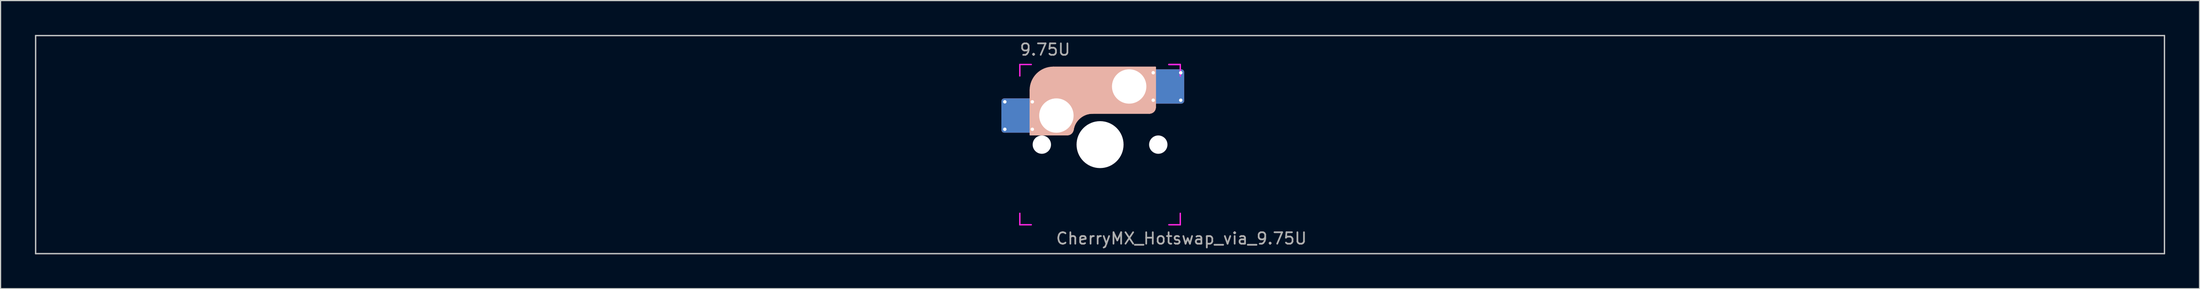
<source format=kicad_pcb>
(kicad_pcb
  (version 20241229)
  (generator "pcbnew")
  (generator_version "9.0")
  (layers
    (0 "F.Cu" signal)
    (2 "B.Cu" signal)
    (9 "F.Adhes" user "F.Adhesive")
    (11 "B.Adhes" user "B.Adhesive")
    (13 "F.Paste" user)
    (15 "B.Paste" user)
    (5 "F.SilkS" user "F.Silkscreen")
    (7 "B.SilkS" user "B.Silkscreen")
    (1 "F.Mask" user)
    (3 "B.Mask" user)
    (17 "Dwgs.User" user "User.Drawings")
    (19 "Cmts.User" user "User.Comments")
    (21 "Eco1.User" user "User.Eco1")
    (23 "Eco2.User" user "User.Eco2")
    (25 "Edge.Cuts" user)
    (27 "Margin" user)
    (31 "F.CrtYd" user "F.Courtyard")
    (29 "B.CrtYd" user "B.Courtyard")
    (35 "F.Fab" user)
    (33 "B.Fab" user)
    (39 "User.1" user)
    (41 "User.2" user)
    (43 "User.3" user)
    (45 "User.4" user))
  (footprint "CherryMX_Hotswap_via_9.75U"
    (layer "F.Cu")
    (at 92.929 9.585)
    (property "Reference" "CherryMX_Hotswap_via_9.75U" (at 7.1 8.2 0) (layer "F.Fab") (effects (font (size 1 1) (thickness 0.15))))
    (attr through_hole)
    (fp_line (start -8.11 -1.74) (end -8.11 -3.34) (stroke (width 0.12) (type solid)) (layer "B.Mask"))
    (fp_line (start -7.91 -3.54) (end -6.31 -3.54) (stroke (width 0.12) (type solid)) (layer "B.Mask"))
    (fp_line (start -6.31 -1.54) (end -7.91 -1.54) (stroke (width 0.12) (type solid)) (layer "B.Mask"))
    (fp_line (start -6.11 -3.34) (end -6.11 -1.74) (stroke (width 0.12) (type solid)) (layer "B.Mask"))
    (fp_line (start 4.84 -5.88) (end 4.84 -4.28) (stroke (width 0.12) (type solid)) (layer "B.Mask"))
    (fp_line (start 5.04 -6.08) (end 6.64 -6.08) (stroke (width 0.12) (type solid)) (layer "B.Mask"))
    (fp_line (start 5.04 -4.08) (end 6.64 -4.08) (stroke (width 0.12) (type solid)) (layer "B.Mask"))
    (fp_line (start 6.84 -4.28) (end 6.84 -5.88) (stroke (width 0.12) (type solid)) (layer "B.Mask"))
    (fp_arc (start -8.11 -3.34) (mid -8.051421 -3.481421) (end -7.91 -3.54) (stroke (width 0.12) (type solid)) (layer "B.Mask"))
    (fp_arc (start -7.91 -1.54) (mid -8.051421 -1.598579) (end -8.11 -1.74) (stroke (width 0.12) (type solid)) (layer "B.Mask"))
    (fp_arc (start -6.31 -3.54) (mid -6.168579 -3.481421) (end -6.11 -3.34) (stroke (width 0.12) (type solid)) (layer "B.Mask"))
    (fp_arc (start -6.11 -1.74) (mid -6.168579 -1.598579) (end -6.31 -1.54) (stroke (width 0.12) (type solid)) (layer "B.Mask"))
    (fp_arc (start 4.84 -5.88) (mid 4.898579 -6.021421) (end 5.04 -6.08) (stroke (width 0.12) (type solid)) (layer "B.Mask"))
    (fp_arc (start 5.04 -4.08) (mid 4.898579 -4.138579) (end 4.84 -4.28) (stroke (width 0.12) (type solid)) (layer "B.Mask"))
    (fp_arc (start 6.64 -6.08) (mid 6.781421 -6.021421) (end 6.84 -5.88) (stroke (width 0.12) (type solid)) (layer "B.Mask"))
    (fp_arc (start 6.84 -4.28) (mid 6.781421 -4.138579) (end 6.64 -4.08) (stroke (width 0.12) (type solid)) (layer "B.Mask"))
    (fp_poly (pts (xy -6.11 -3.34) (xy -6.11 -1.74) (xy -6.31 -1.54) (xy -7.91 -1.54) (xy -8.11 -1.74) (xy -8.11 -3.34) (xy -7.91 -3.54) (xy -6.31 -3.54)) (stroke (width 0.1) (type solid)) (fill yes) (layer "B.Mask"))
    (fp_poly (pts (xy 6.84 -5.88) (xy 6.84 -4.28) (xy 6.64 -4.08) (xy 5.04 -4.08) (xy 4.84 -4.28) (xy 4.84 -5.88) (xy 5.04 -6.08) (xy 6.64 -6.08)) (stroke (width 0.1) (type solid)) (fill yes) (layer "B.Mask"))
    (fp_line (start -6.085 -0.865) (end -6.085 -4.755) (stroke (width 0.12) (type solid)) (layer "B.SilkS"))
    (fp_line (start -4.085 -6.755) (end 4.815 -6.755) (stroke (width 0.12) (type solid)) (layer "B.SilkS"))
    (fp_line (start -2.852 -0.865) (end -6.085 -0.865) (stroke (width 0.12) (type solid)) (layer "B.SilkS"))
    (fp_line (start -0.635 -2.755) (end 4.315 -2.755) (stroke (width 0.12) (type solid)) (layer "B.SilkS"))
    (fp_line (start 4.815 -6.755) (end 4.815 -3.255) (stroke (width 0.12) (type solid)) (layer "B.SilkS"))
    (fp_arc (start -6.085 -4.755) (mid -5.499214 -6.169214) (end -4.085 -6.755) (stroke (width 0.12) (type solid)) (layer "B.SilkS"))
    (fp_arc (start -2.360959 -1.278326) (mid -1.770727 -2.335454) (end -0.635 -2.755) (stroke (width 0.12) (type solid)) (layer "B.SilkS"))
    (fp_arc (start -2.36 -1.278176) (mid -2.53101 -0.981978) (end -2.852404 -0.865) (stroke (width 0.12) (type solid)) (layer "B.SilkS"))
    (fp_arc (start 4.815 -3.255) (mid 4.668553 -2.901447) (end 4.315 -2.755) (stroke (width 0.12) (type solid)) (layer "B.SilkS"))
    (fp_poly (pts (xy 4.815 -3.255) (xy 4.633 -2.937) (xy 4.315 -2.755) (xy -0.635 -2.755) (xy -1.259 -2.696) (xy -1.805 -2.376) (xy -2.207 -1.885) (xy -2.361 -1.278) (xy -2.563 -1.02) (xy -2.852 -0.865) (xy -6.085 -0.865) (xy -6.085 -4.755) (xy -5.887 -5.501) (xy -5.464 -6.134) (xy -4.831 -6.557) (xy -4.085 -6.755) (xy 4.815 -6.755)) (stroke (width 0.1) (type solid)) (fill yes) (layer "B.SilkS"))
    (fp_line (start -8.11 -1.74) (end -8.11 -3.34) (stroke (width 0.12) (type solid)) (layer "B.Paste"))
    (fp_line (start -7.91 -3.54) (end -6.31 -3.54) (stroke (width 0.12) (type solid)) (layer "B.Paste"))
    (fp_line (start -6.31 -1.54) (end -7.91 -1.54) (stroke (width 0.12) (type solid)) (layer "B.Paste"))
    (fp_line (start -6.11 -3.34) (end -6.11 -1.74) (stroke (width 0.12) (type solid)) (layer "B.Paste"))
    (fp_line (start 4.84 -5.88) (end 4.84 -4.28) (stroke (width 0.12) (type solid)) (layer "B.Paste"))
    (fp_line (start 5.04 -6.08) (end 6.64 -6.08) (stroke (width 0.12) (type solid)) (layer "B.Paste"))
    (fp_line (start 5.04 -4.08) (end 6.64 -4.08) (stroke (width 0.12) (type solid)) (layer "B.Paste"))
    (fp_line (start 6.84 -4.28) (end 6.84 -5.88) (stroke (width 0.12) (type solid)) (layer "B.Paste"))
    (fp_arc (start -8.11 -3.34) (mid -8.051421 -3.481421) (end -7.91 -3.54) (stroke (width 0.12) (type solid)) (layer "B.Paste"))
    (fp_arc (start -7.91 -1.54) (mid -8.051421 -1.598579) (end -8.11 -1.74) (stroke (width 0.12) (type solid)) (layer "B.Paste"))
    (fp_arc (start -6.31 -3.54) (mid -6.168579 -3.481421) (end -6.11 -3.34) (stroke (width 0.12) (type solid)) (layer "B.Paste"))
    (fp_arc (start -6.11 -1.74) (mid -6.168579 -1.598579) (end -6.31 -1.54) (stroke (width 0.12) (type solid)) (layer "B.Paste"))
    (fp_arc (start 4.84 -5.88) (mid 4.898579 -6.021421) (end 5.04 -6.08) (stroke (width 0.12) (type solid)) (layer "B.Paste"))
    (fp_arc (start 5.04 -4.08) (mid 4.898579 -4.138579) (end 4.84 -4.28) (stroke (width 0.12) (type solid)) (layer "B.Paste"))
    (fp_arc (start 6.64 -6.08) (mid 6.781421 -6.021421) (end 6.84 -5.88) (stroke (width 0.12) (type solid)) (layer "B.Paste"))
    (fp_arc (start 6.84 -4.28) (mid 6.781421 -4.138579) (end 6.64 -4.08) (stroke (width 0.12) (type solid)) (layer "B.Paste"))
    (fp_poly (pts (xy -6.11 -3.34) (xy -6.11 -1.74) (xy -6.31 -1.54) (xy -7.91 -1.54) (xy -8.11 -1.74) (xy -8.11 -3.34) (xy -7.91 -3.54) (xy -6.31 -3.54)) (stroke (width 0.1) (type solid)) (fill yes) (layer "B.Paste"))
    (fp_poly (pts (xy 6.84 -5.88) (xy 6.84 -4.28) (xy 6.64 -4.08) (xy 5.04 -4.08) (xy 4.84 -4.28) (xy 4.84 -5.88) (xy 5.04 -6.08) (xy 6.64 -6.08)) (stroke (width 0.1) (type solid)) (fill yes) (layer "B.Paste"))
    (fp_line (start -92.869 -9.525) (end 92.869 -9.525) (stroke (width 0.12) (type solid)) (layer "Dwgs.User"))
    (fp_line (start -92.869 9.525) (end -92.869 -9.525) (stroke (width 0.12) (type solid)) (layer "Dwgs.User"))
    (fp_line (start 92.869 -9.525) (end 92.869 9.525) (stroke (width 0.12) (type solid)) (layer "Dwgs.User"))
    (fp_line (start 92.869 9.525) (end -92.869 9.525) (stroke (width 0.12) (type solid)) (layer "Dwgs.User"))
    (fp_line (start -7 -7) (end -7 -6) (stroke (width 0.12) (type solid)) (layer "F.CrtYd"))
    (fp_line (start -7 -7) (end -6 -7) (stroke (width 0.12) (type solid)) (layer "F.CrtYd"))
    (fp_line (start -7 7) (end -7 6) (stroke (width 0.12) (type solid)) (layer "F.CrtYd"))
    (fp_line (start -7 7) (end -6 7) (stroke (width 0.12) (type solid)) (layer "F.CrtYd"))
    (fp_line (start 6 -7) (end 7 -7) (stroke (width 0.12) (type solid)) (layer "F.CrtYd"))
    (fp_line (start 7 -7) (end 6 -7) (stroke (width 0.12) (type solid)) (layer "F.CrtYd"))
    (fp_line (start 7 -7) (end 7 -6) (stroke (width 0.12) (type solid)) (layer "F.CrtYd"))
    (fp_line (start 7 7) (end 6 7) (stroke (width 0.12) (type solid)) (layer "F.CrtYd"))
    (fp_line (start 7 7) (end 7 6) (stroke (width 0.12) (type solid)) (layer "F.CrtYd"))
    (fp_text user "9.75U" (at -4.8 -8.3 0) (layer "F.Fab") (effects (font (size 1 1) (thickness 0.15))))
    (pad "" np_thru_hole circle (at -5.08 0) (size 1.6 1.6) (drill 1.6) (layers "*.Cu" "*.Mask"))
    (pad "" np_thru_hole circle (at -3.81 -2.54) (size 3 3) (drill 3) (layers "*.Cu" "*.Mask"))
    (pad "" np_thru_hole circle (at 0 0) (size 4.1 4.1) (drill 4.1) (layers "*.Cu" "*.Mask"))
    (pad "" np_thru_hole circle (at 2.54 -5.08) (size 3 3) (drill 3) (layers "*.Cu" "*.Mask"))
    (pad "" np_thru_hole circle (at 5.08 0) (size 1.6 1.6) (drill 1.6) (layers "*.Cu" "*.Mask"))
    (pad "1" thru_hole circle (at -8.31 -3.74) (size 0.5 0.5) (drill 0.3) (layers "*.Cu"))
    (pad "1" thru_hole circle (at -8.31 -1.34) (size 0.5 0.5) (drill 0.3) (layers "*.Cu"))
    (pad "1" smd roundrect (at -7.11 -2.54) (size 3 3) (layers "F.Cu") (roundrect_rratio 0.083))
    (pad "1" smd roundrect (at -7.11 -2.54 180) (size 3 3) (layers "B.Cu") (roundrect_rratio 0.083))
    (pad "1" thru_hole circle (at -5.91 -3.74) (size 0.5 0.5) (drill 0.3) (layers "*.Cu"))
    (pad "1" thru_hole circle (at -5.91 -1.34) (size 0.5 0.5) (drill 0.3) (layers "*.Cu"))
    (pad "2" thru_hole circle (at 4.64 -6.28 180) (size 0.5 0.5) (drill 0.3) (layers "*.Cu"))
    (pad "2" thru_hole circle (at 4.64 -3.88 180) (size 0.5 0.5) (drill 0.3) (layers "*.Cu"))
    (pad "2" smd roundrect (at 5.84 -5.08 180) (size 3 3) (layers "F.Cu") (roundrect_rratio 0.083))
    (pad "2" smd roundrect (at 5.84 -5.08 180) (size 3 3) (layers "B.Cu") (roundrect_rratio 0.083))
    (pad "2" thru_hole circle (at 7.04 -6.28 180) (size 0.5 0.5) (drill 0.3) (layers "*.Cu"))
    (pad "2" thru_hole circle (at 7.04 -3.88 180) (size 0.5 0.5) (drill 0.3) (layers "*.Cu")))
  (gr_rect
    (start -3 -3)
    (end 188.857 22.17)
    (stroke (width 0.1) (type default))
    (fill no)
    (layer "Edge.Cuts")))
</source>
